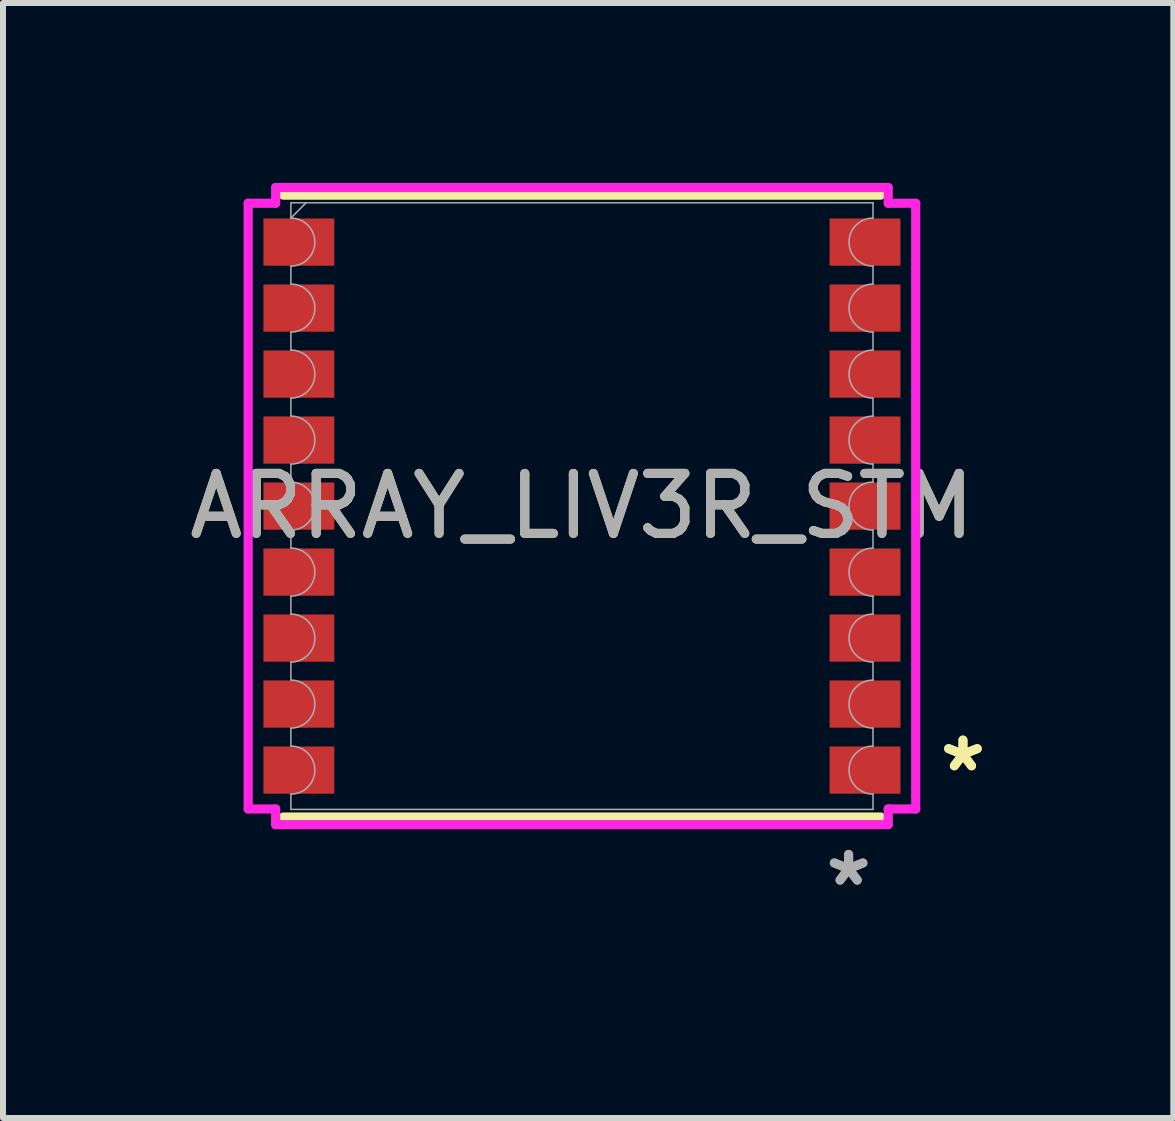
<source format=kicad_pcb>
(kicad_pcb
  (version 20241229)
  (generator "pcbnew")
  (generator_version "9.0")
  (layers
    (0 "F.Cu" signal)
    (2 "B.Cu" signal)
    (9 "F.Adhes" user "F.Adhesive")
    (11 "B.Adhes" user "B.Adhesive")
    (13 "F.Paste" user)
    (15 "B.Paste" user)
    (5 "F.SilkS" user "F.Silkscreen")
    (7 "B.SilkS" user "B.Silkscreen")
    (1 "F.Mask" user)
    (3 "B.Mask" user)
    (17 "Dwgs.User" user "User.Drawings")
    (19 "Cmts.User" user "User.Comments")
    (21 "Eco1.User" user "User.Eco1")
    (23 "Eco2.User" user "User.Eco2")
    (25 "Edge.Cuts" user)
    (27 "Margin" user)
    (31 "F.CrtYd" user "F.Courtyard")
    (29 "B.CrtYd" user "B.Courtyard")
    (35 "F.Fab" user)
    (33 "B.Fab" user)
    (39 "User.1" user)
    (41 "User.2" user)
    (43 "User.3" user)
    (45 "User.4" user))
  (footprint "ARRAY_LIV3R_STM"
    (layer "F.Cu")
    (at 6.649 5.385)
    (property "Reference" "ARRAY_LIV3R_STM" (at 0 0 0) (unlocked yes) (layer "F.SilkS") (effects (font (size 1 1) (thickness 0.15))))
    (attr smd)
    (fp_line (start -4.978 -5.182) (end 4.978 -5.182) (stroke (width 0.152) (type solid)) (layer "F.SilkS"))
    (fp_line (start -4.978 5.182) (end 4.978 5.182) (stroke (width 0.152) (type solid)) (layer "F.SilkS"))
    (fp_line (start -5.563 -5.048) (end -5.105 -5.048) (stroke (width 0.152) (type solid)) (layer "F.CrtYd"))
    (fp_line (start -5.563 5.048) (end -5.563 -5.048) (stroke (width 0.152) (type solid)) (layer "F.CrtYd"))
    (fp_line (start -5.563 5.048) (end -5.105 5.048) (stroke (width 0.152) (type solid)) (layer "F.CrtYd"))
    (fp_line (start -5.105 -5.309) (end 5.105 -5.309) (stroke (width 0.152) (type solid)) (layer "F.CrtYd"))
    (fp_line (start -5.105 -5.048) (end -5.105 -5.309) (stroke (width 0.152) (type solid)) (layer "F.CrtYd"))
    (fp_line (start -5.105 5.309) (end -5.105 5.048) (stroke (width 0.152) (type solid)) (layer "F.CrtYd"))
    (fp_line (start 5.105 -5.309) (end 5.105 -5.048) (stroke (width 0.152) (type solid)) (layer "F.CrtYd"))
    (fp_line (start 5.105 5.048) (end 5.105 5.309) (stroke (width 0.152) (type solid)) (layer "F.CrtYd"))
    (fp_line (start 5.105 5.309) (end -5.105 5.309) (stroke (width 0.152) (type solid)) (layer "F.CrtYd"))
    (fp_line (start 5.563 -5.048) (end 5.105 -5.048) (stroke (width 0.152) (type solid)) (layer "F.CrtYd"))
    (fp_line (start 5.563 -5.048) (end 5.563 5.048) (stroke (width 0.152) (type solid)) (layer "F.CrtYd"))
    (fp_line (start 5.563 5.048) (end 5.105 5.048) (stroke (width 0.152) (type solid)) (layer "F.CrtYd"))
    (fp_line (start -4.851 -5.055) (end 4.851 -5.055) (stroke (width 0.025) (type solid)) (layer "F.Fab"))
    (fp_line (start -4.851 -4.8) (end -4.851 -5.055) (stroke (width 0.025) (type solid)) (layer "F.Fab"))
    (fp_line (start -4.851 -4) (end -4.851 -3.7) (stroke (width 0.025) (type solid)) (layer "F.Fab"))
    (fp_line (start -4.851 -2.9) (end -4.851 -2.6) (stroke (width 0.025) (type solid)) (layer "F.Fab"))
    (fp_line (start -4.851 -1.8) (end -4.851 -1.5) (stroke (width 0.025) (type solid)) (layer "F.Fab"))
    (fp_line (start -4.851 -0.7) (end -4.851 -0.4) (stroke (width 0.025) (type solid)) (layer "F.Fab"))
    (fp_line (start -4.851 0.4) (end -4.851 0.7) (stroke (width 0.025) (type solid)) (layer "F.Fab"))
    (fp_line (start -4.851 1.5) (end -4.851 1.8) (stroke (width 0.025) (type solid)) (layer "F.Fab"))
    (fp_line (start -4.851 2.6) (end -4.851 2.9) (stroke (width 0.025) (type solid)) (layer "F.Fab"))
    (fp_line (start -4.851 3.7) (end -4.851 4) (stroke (width 0.025) (type solid)) (layer "F.Fab"))
    (fp_line (start -4.851 4.8) (end -4.851 5.055) (stroke (width 0.025) (type solid)) (layer "F.Fab"))
    (fp_line (start -4.851 5.055) (end 4.851 5.055) (stroke (width 0.025) (type solid)) (layer "F.Fab"))
    (fp_line (start -4.597 -5.055) (end -4.851 -4.801) (stroke (width 0.025) (type solid)) (layer "F.Fab"))
    (fp_line (start 4.851 -4.8) (end 4.851 -5.055) (stroke (width 0.025) (type solid)) (layer "F.Fab"))
    (fp_line (start 4.851 -4) (end 4.851 -3.7) (stroke (width 0.025) (type solid)) (layer "F.Fab"))
    (fp_line (start 4.851 -2.9) (end 4.851 -2.6) (stroke (width 0.025) (type solid)) (layer "F.Fab"))
    (fp_line (start 4.851 -1.8) (end 4.851 -1.5) (stroke (width 0.025) (type solid)) (layer "F.Fab"))
    (fp_line (start 4.851 -0.7) (end 4.851 -0.4) (stroke (width 0.025) (type solid)) (layer "F.Fab"))
    (fp_line (start 4.851 0.4) (end 4.851 0.7) (stroke (width 0.025) (type solid)) (layer "F.Fab"))
    (fp_line (start 4.851 1.5) (end 4.851 1.8) (stroke (width 0.025) (type solid)) (layer "F.Fab"))
    (fp_line (start 4.851 2.6) (end 4.851 2.9) (stroke (width 0.025) (type solid)) (layer "F.Fab"))
    (fp_line (start 4.851 3.7) (end 4.851 4) (stroke (width 0.025) (type solid)) (layer "F.Fab"))
    (fp_line (start 4.851 4.8) (end 4.851 5.055) (stroke (width 0.025) (type solid)) (layer "F.Fab"))
    (fp_arc (start -4.8514 -4.800001) (mid -4.451401 -4.400001) (end -4.8514 -4.000002) (stroke (width 0.0254) (type solid)) (layer "F.Fab"))
    (fp_arc (start -4.8514 -3.7) (mid -4.451401 -3.300001) (end -4.8514 -2.900002) (stroke (width 0.0254) (type solid)) (layer "F.Fab"))
    (fp_arc (start -4.8514 -2.6) (mid -4.451401 -2.200001) (end -4.8514 -1.800001) (stroke (width 0.0254) (type solid)) (layer "F.Fab"))
    (fp_arc (start -4.8514 -1.5) (mid -4.451401 -1.1) (end -4.8514 -0.700001) (stroke (width 0.0254) (type solid)) (layer "F.Fab"))
    (fp_arc (start -4.8514 -0.399999) (mid -4.451401 0) (end -4.8514 0.399999) (stroke (width 0.0254) (type solid)) (layer "F.Fab"))
    (fp_arc (start -4.8514 0.700001) (mid -4.451401 1.1) (end -4.8514 1.5) (stroke (width 0.0254) (type solid)) (layer "F.Fab"))
    (fp_arc (start -4.8514 1.800001) (mid -4.451401 2.200001) (end -4.8514 2.6) (stroke (width 0.0254) (type solid)) (layer "F.Fab"))
    (fp_arc (start -4.8514 2.899999) (mid -4.451401 3.299998) (end -4.8514 3.699998) (stroke (width 0.0254) (type solid)) (layer "F.Fab"))
    (fp_arc (start -4.8514 4) (mid -4.451401 4.399999) (end -4.8514 4.799998) (stroke (width 0.0254) (type solid)) (layer "F.Fab"))
    (fp_arc (start 4.8514 -4.000002) (mid 4.451401 -4.400001) (end 4.8514 -4.800001) (stroke (width 0.0254) (type solid)) (layer "F.Fab"))
    (fp_arc (start 4.8514 -2.900002) (mid 4.451401 -3.300001) (end 4.8514 -3.7) (stroke (width 0.0254) (type solid)) (layer "F.Fab"))
    (fp_arc (start 4.8514 -1.800001) (mid 4.451401 -2.200001) (end 4.8514 -2.6) (stroke (width 0.0254) (type solid)) (layer "F.Fab"))
    (fp_arc (start 4.8514 -0.700001) (mid 4.451401 -1.1) (end 4.8514 -1.5) (stroke (width 0.0254) (type solid)) (layer "F.Fab"))
    (fp_arc (start 4.8514 0.399999) (mid 4.451401 0) (end 4.8514 -0.399999) (stroke (width 0.0254) (type solid)) (layer "F.Fab"))
    (fp_arc (start 4.8514 1.5) (mid 4.451401 1.1) (end 4.8514 0.700001) (stroke (width 0.0254) (type solid)) (layer "F.Fab"))
    (fp_arc (start 4.8514 2.6) (mid 4.451401 2.200001) (end 4.8514 1.800001) (stroke (width 0.0254) (type solid)) (layer "F.Fab"))
    (fp_arc (start 4.8514 3.699998) (mid 4.451401 3.299998) (end 4.8514 2.899999) (stroke (width 0.0254) (type solid)) (layer "F.Fab"))
    (fp_arc (start 4.8514 4.799998) (mid 4.451401 4.399999) (end 4.8514 4) (stroke (width 0.0254) (type solid)) (layer "F.Fab"))
    (fp_text user "*" (at 6.35 4.445 0) (unlocked yes) (layer "F.SilkS") (effects (font (size 1 1) (thickness 0.15))))
    (fp_text user "*" (at 6.35 4.445 0) (layer "F.SilkS") (effects (font (size 1 1) (thickness 0.15))))
    (fp_text user "${REFERENCE}" (at 0 0 0) (unlocked yes) (layer "F.Fab") (effects (font (size 1 1) (thickness 0.15))))
    (fp_text user "*" (at 4.445 6.35 0) (layer "F.Fab") (effects (font (size 1 1) (thickness 0.15))))
    (fp_text user "*" (at 4.445 6.35 0) (unlocked yes) (layer "F.Fab") (effects (font (size 1 1) (thickness 0.15))))
    (pad "1" smd rect (at 4.718 4.4) (size 1.181 0.787) (layers "F.Cu" "F.Mask" "F.Paste"))
    (pad "2" smd rect (at 4.718 3.3) (size 1.181 0.787) (layers "F.Cu" "F.Mask" "F.Paste"))
    (pad "3" smd rect (at 4.718 2.2) (size 1.181 0.787) (layers "F.Cu" "F.Mask" "F.Paste"))
    (pad "4" smd rect (at 4.718 1.1) (size 1.181 0.787) (layers "F.Cu" "F.Mask" "F.Paste"))
    (pad "5" smd rect (at 4.718 0) (size 1.181 0.787) (layers "F.Cu" "F.Mask" "F.Paste"))
    (pad "6" smd rect (at 4.718 -1.1) (size 1.181 0.787) (layers "F.Cu" "F.Mask" "F.Paste"))
    (pad "7" smd rect (at 4.718 -2.2) (size 1.181 0.787) (layers "F.Cu" "F.Mask" "F.Paste"))
    (pad "8" smd rect (at 4.718 -3.3) (size 1.181 0.787) (layers "F.Cu" "F.Mask" "F.Paste"))
    (pad "9" smd rect (at 4.718 -4.4) (size 1.181 0.787) (layers "F.Cu" "F.Mask" "F.Paste"))
    (pad "10" smd rect (at -4.718 -4.4) (size 1.181 0.787) (layers "F.Cu" "F.Mask" "F.Paste"))
    (pad "11" smd rect (at -4.718 -3.3) (size 1.181 0.787) (layers "F.Cu" "F.Mask" "F.Paste"))
    (pad "12" smd rect (at -4.718 -2.2) (size 1.181 0.787) (layers "F.Cu" "F.Mask" "F.Paste"))
    (pad "13" smd rect (at -4.718 -1.1) (size 1.181 0.787) (layers "F.Cu" "F.Mask" "F.Paste"))
    (pad "14" smd rect (at -4.718 0) (size 1.181 0.787) (layers "F.Cu" "F.Mask" "F.Paste"))
    (pad "15" smd rect (at -4.718 1.1) (size 1.181 0.787) (layers "F.Cu" "F.Mask" "F.Paste"))
    (pad "16" smd rect (at -4.718 2.2) (size 1.181 0.787) (layers "F.Cu" "F.Mask" "F.Paste"))
    (pad "17" smd rect (at -4.718 3.3) (size 1.181 0.787) (layers "F.Cu" "F.Mask" "F.Paste"))
    (pad "18" smd rect (at -4.718 4.4) (size 1.181 0.787) (layers "F.Cu" "F.Mask" "F.Paste")))
  (gr_rect
    (start -3 -3)
    (end 16.505 15.583)
    (stroke (width 0.1) (type default))
    (fill no)
    (layer "Edge.Cuts")))
</source>
